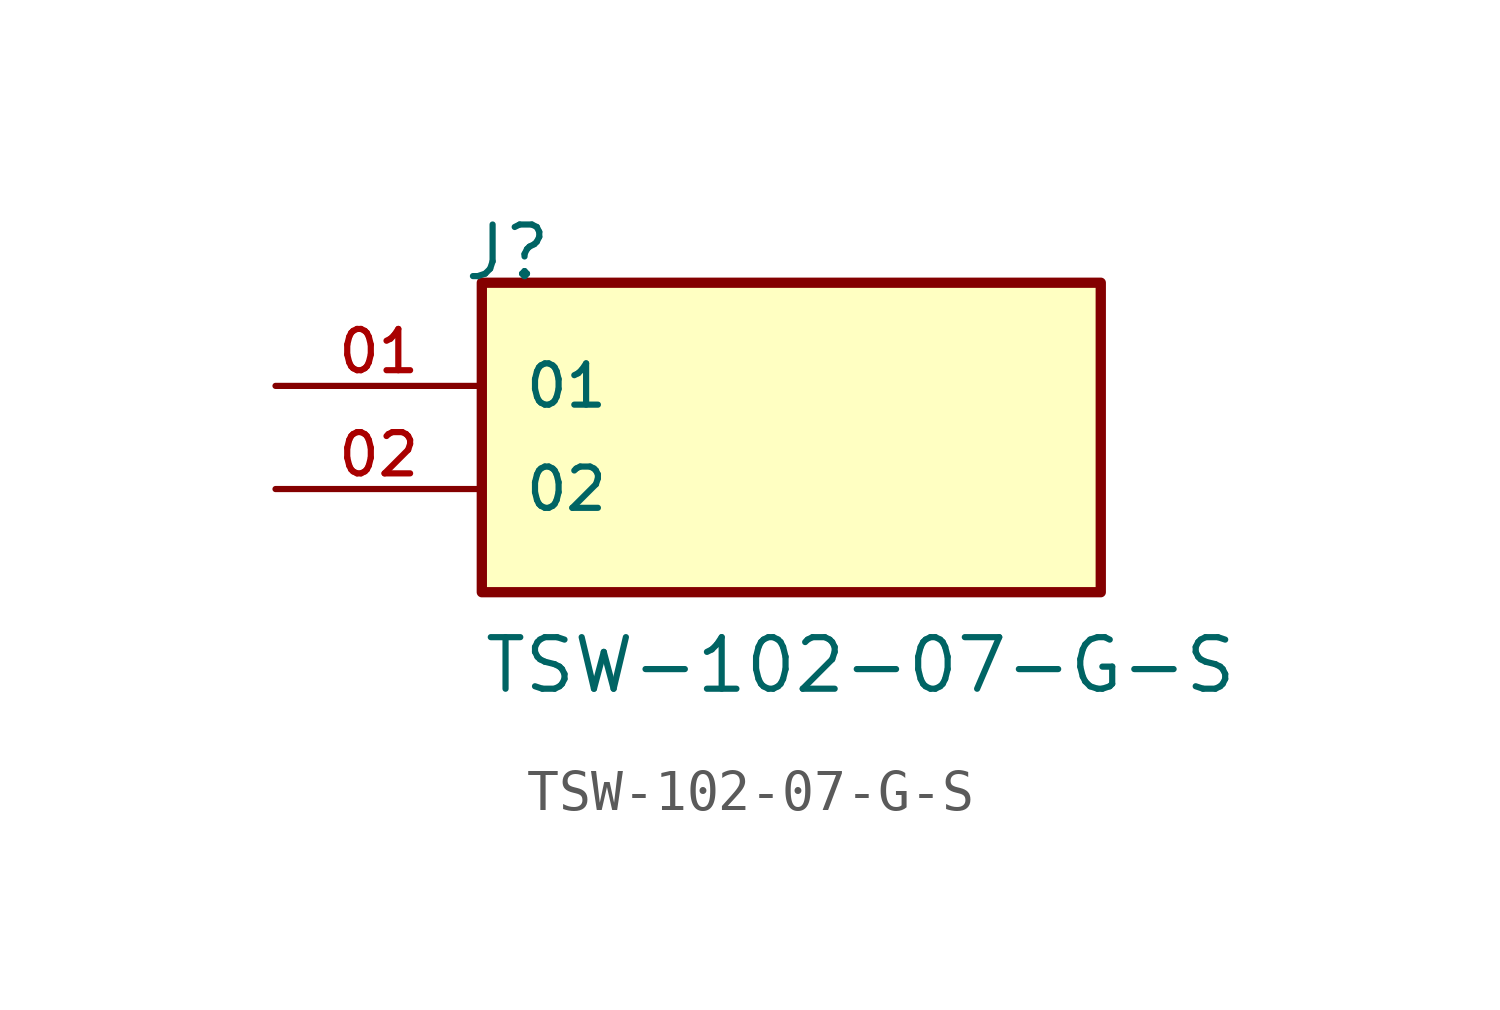
<source format=kicad_sym>
(kicad_symbol_lib
  (version 20211014)
  (generator kicad_symbol_editor)
  (symbol "TSW-102-07-G-S"
    (pin_names
      (offset 1.016))
    (property "Reference" "J"
      (at -8.12 5.08 0)
      (effects (font (size 1.27 1.27)) (justify bottom left)))
    (property "Value" "TSW-102-07-G-S"
      (at -7.62 -5.08 0)
      (effects (font (size 1.27 1.27)) (justify bottom left)))
    (symbol "TSW-102-07-G-S_0_0"
      (rectangle (start -7.62 -2.54) (end 7.62 5.08) (stroke (width 0.254)) (fill (type background)))
      (pin passive line (at -12.7 2.54 0) (length 5.08) (name "01" (effects (font (size 1.016 1.016)))) (number "01" (effects (font (size 1.016 1.016)))))
      (pin passive line (at -12.7 0.0 0) (length 5.08) (name "02" (effects (font (size 1.016 1.016)))) (number "02" (effects (font (size 1.016 1.016))))))))
</source>
